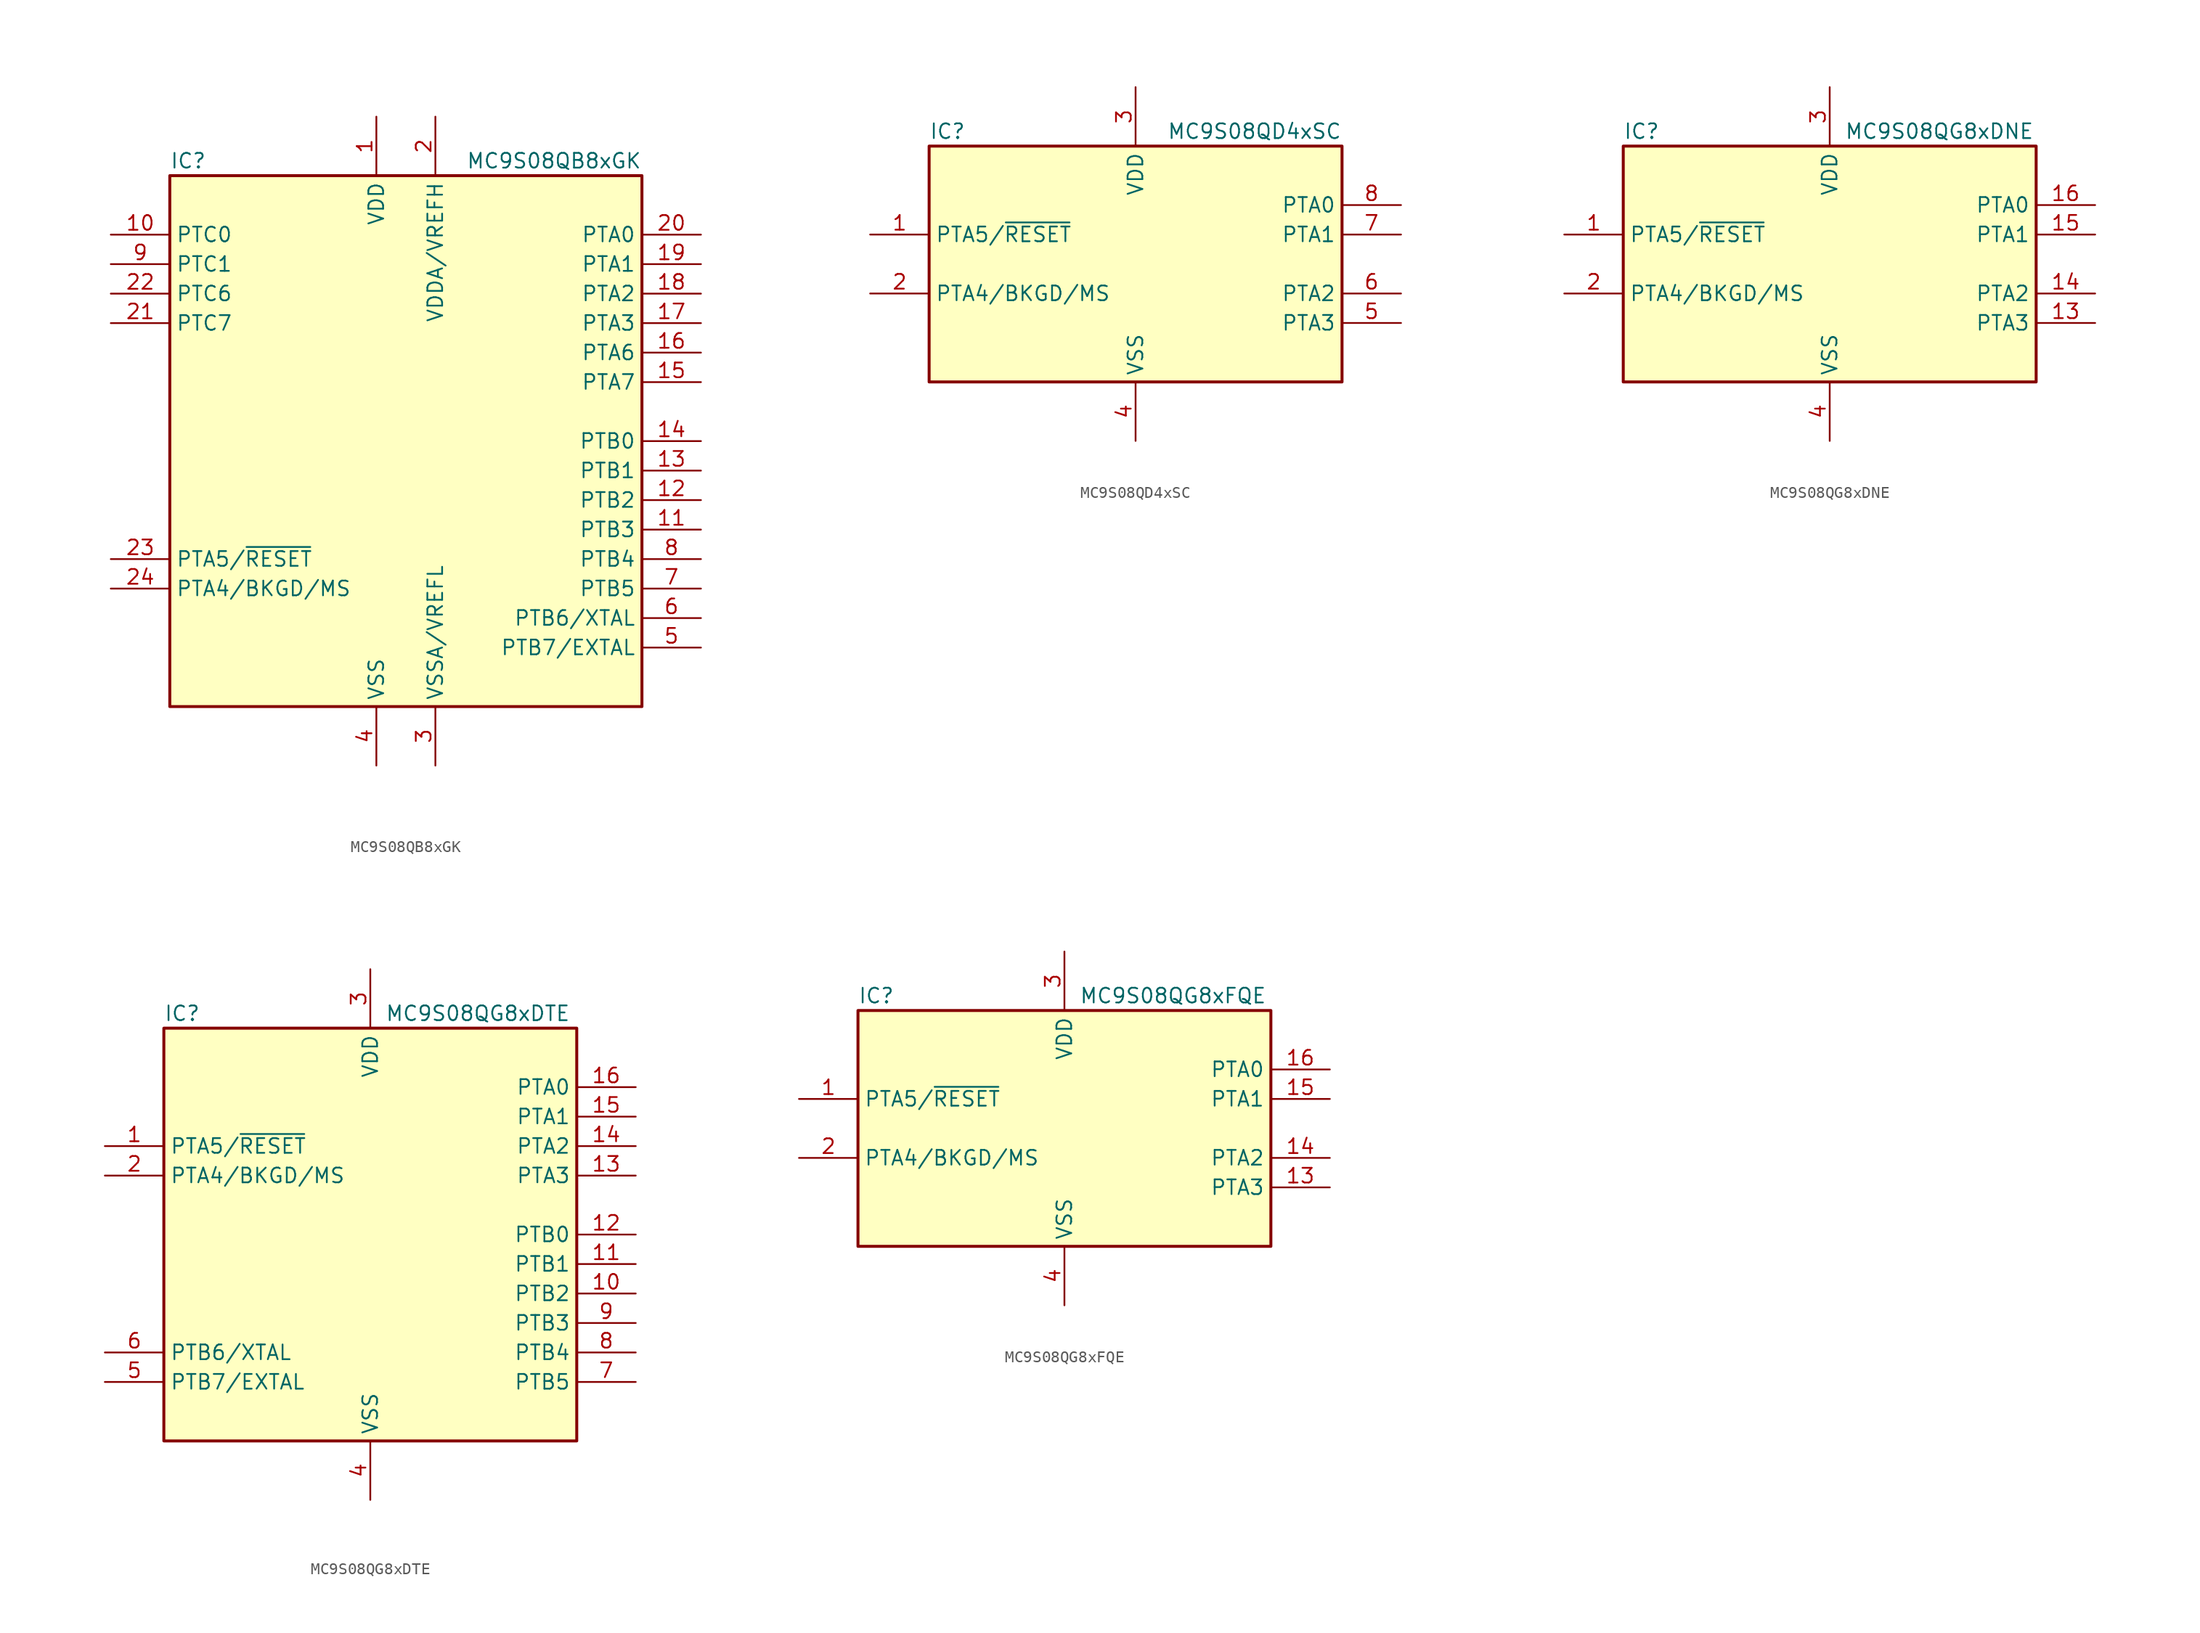
<source format=kicad_sym>
(kicad_symbol_lib
  (version 20231120)
  (generator "kicad_symbol_editor")
  (generator_version "8.0")
  (symbol "MC9S08QB8xGK"
    (property "Reference" "IC"
      (at -20.32 24.13 0)
      (effects (font (size 1.27 1.27)) (justify left)))
    (property "Value" "MC9S08QB8xGK"
      (at 20.32 24.13 0)
      (effects (font (size 1.27 1.27)) (justify right)))
    (symbol "MC9S08QB8xGK_0_1"
      (rectangle (start -20.32 22.86) (end 20.32 -22.86) (stroke (width 0.254) (type default)) (fill (type background))))
    (symbol "MC9S08QB8xGK_1_1"
      (pin power_in line (at -2.54 27.94 270) (length 5.08) (name "VDD" (effects (font (size 1.27 1.27)))) (number "1" (effects (font (size 1.27 1.27)))))
      (pin bidirectional line (at -25.4 17.78 0) (length 5.08) (name "PTC0" (effects (font (size 1.27 1.27)))) (number "10" (effects (font (size 1.27 1.27)))))
      (pin bidirectional line (at 25.4 -7.62 180) (length 5.08) (name "PTB3" (effects (font (size 1.27 1.27)))) (number "11" (effects (font (size 1.27 1.27)))))
      (pin bidirectional line (at 25.4 -5.08 180) (length 5.08) (name "PTB2" (effects (font (size 1.27 1.27)))) (number "12" (effects (font (size 1.27 1.27)))))
      (pin bidirectional line (at 25.4 -2.54 180) (length 5.08) (name "PTB1" (effects (font (size 1.27 1.27)))) (number "13" (effects (font (size 1.27 1.27)))))
      (pin bidirectional line (at 25.4 0 180) (length 5.08) (name "PTB0" (effects (font (size 1.27 1.27)))) (number "14" (effects (font (size 1.27 1.27)))))
      (pin bidirectional line (at 25.4 5.08 180) (length 5.08) (name "PTA7" (effects (font (size 1.27 1.27)))) (number "15" (effects (font (size 1.27 1.27)))))
      (pin bidirectional line (at 25.4 7.62 180) (length 5.08) (name "PTA6" (effects (font (size 1.27 1.27)))) (number "16" (effects (font (size 1.27 1.27)))))
      (pin bidirectional line (at 25.4 10.16 180) (length 5.08) (name "PTA3" (effects (font (size 1.27 1.27)))) (number "17" (effects (font (size 1.27 1.27)))))
      (pin bidirectional line (at 25.4 12.7 180) (length 5.08) (name "PTA2" (effects (font (size 1.27 1.27)))) (number "18" (effects (font (size 1.27 1.27)))))
      (pin bidirectional line (at 25.4 15.24 180) (length 5.08) (name "PTA1" (effects (font (size 1.27 1.27)))) (number "19" (effects (font (size 1.27 1.27)))))
      (pin power_in line (at 2.54 27.94 270) (length 5.08) (name "VDDA/VREFH" (effects (font (size 1.27 1.27)))) (number "2" (effects (font (size 1.27 1.27)))))
      (pin bidirectional line (at 25.4 17.78 180) (length 5.08) (name "PTA0" (effects (font (size 1.27 1.27)))) (number "20" (effects (font (size 1.27 1.27)))))
      (pin bidirectional line (at -25.4 10.16 0) (length 5.08) (name "PTC7" (effects (font (size 1.27 1.27)))) (number "21" (effects (font (size 1.27 1.27)))))
      (pin bidirectional line (at -25.4 12.7 0) (length 5.08) (name "PTC6" (effects (font (size 1.27 1.27)))) (number "22" (effects (font (size 1.27 1.27)))))
      (pin bidirectional line (at -25.4 -10.16 0) (length 5.08) (name "PTA5/~{RESET}" (effects (font (size 1.27 1.27)))) (number "23" (effects (font (size 1.27 1.27)))))
      (pin bidirectional line (at -25.4 -12.7 0) (length 5.08) (name "PTA4/BKGD/MS" (effects (font (size 1.27 1.27)))) (number "24" (effects (font (size 1.27 1.27)))))
      (pin power_in line (at 2.54 -27.94 90) (length 5.08) (name "VSSA/VREFL" (effects (font (size 1.27 1.27)))) (number "3" (effects (font (size 1.27 1.27)))))
      (pin power_in line (at -2.54 -27.94 90) (length 5.08) (name "VSS" (effects (font (size 1.27 1.27)))) (number "4" (effects (font (size 1.27 1.27)))))
      (pin bidirectional line (at 25.4 -17.78 180) (length 5.08) (name "PTB7/EXTAL" (effects (font (size 1.27 1.27)))) (number "5" (effects (font (size 1.27 1.27)))))
      (pin bidirectional line (at 25.4 -15.24 180) (length 5.08) (name "PTB6/XTAL" (effects (font (size 1.27 1.27)))) (number "6" (effects (font (size 1.27 1.27)))))
      (pin bidirectional line (at 25.4 -12.7 180) (length 5.08) (name "PTB5" (effects (font (size 1.27 1.27)))) (number "7" (effects (font (size 1.27 1.27)))))
      (pin bidirectional line (at 25.4 -10.16 180) (length 5.08) (name "PTB4" (effects (font (size 1.27 1.27)))) (number "8" (effects (font (size 1.27 1.27)))))
      (pin bidirectional line (at -25.4 15.24 0) (length 5.08) (name "PTC1" (effects (font (size 1.27 1.27)))) (number "9" (effects (font (size 1.27 1.27)))))))
  (symbol "MC9S08QD4xSC"
    (property "Reference" "IC"
      (at -17.78 11.43 0)
      (effects (font (size 1.27 1.27)) (justify left)))
    (property "Value" "MC9S08QD4xSC"
      (at 17.78 11.43 0)
      (effects (font (size 1.27 1.27)) (justify right)))
    (symbol "MC9S08QD4xSC_0_1"
      (rectangle (start -17.78 10.16) (end 17.78 -10.16) (stroke (width 0.254) (type default)) (fill (type background))))
    (symbol "MC9S08QD4xSC_1_1"
      (pin bidirectional line (at -22.86 2.54 0) (length 5.08) (name "PTA5/~{RESET}" (effects (font (size 1.27 1.27)))) (number "1" (effects (font (size 1.27 1.27)))))
      (pin bidirectional line (at -22.86 -2.54 0) (length 5.08) (name "PTA4/BKGD/MS" (effects (font (size 1.27 1.27)))) (number "2" (effects (font (size 1.27 1.27)))))
      (pin power_in line (at 0 15.24 270) (length 5.08) (name "VDD" (effects (font (size 1.27 1.27)))) (number "3" (effects (font (size 1.27 1.27)))))
      (pin power_in line (at 0 -15.24 90) (length 5.08) (name "VSS" (effects (font (size 1.27 1.27)))) (number "4" (effects (font (size 1.27 1.27)))))
      (pin bidirectional line (at 22.86 -5.08 180) (length 5.08) (name "PTA3" (effects (font (size 1.27 1.27)))) (number "5" (effects (font (size 1.27 1.27)))))
      (pin bidirectional line (at 22.86 -2.54 180) (length 5.08) (name "PTA2" (effects (font (size 1.27 1.27)))) (number "6" (effects (font (size 1.27 1.27)))))
      (pin bidirectional line (at 22.86 2.54 180) (length 5.08) (name "PTA1" (effects (font (size 1.27 1.27)))) (number "7" (effects (font (size 1.27 1.27)))))
      (pin bidirectional line (at 22.86 5.08 180) (length 5.08) (name "PTA0" (effects (font (size 1.27 1.27)))) (number "8" (effects (font (size 1.27 1.27)))))))
  (symbol "MC9S08QG8xDNE"
    (property "Reference" "IC"
      (at -17.78 11.43 0)
      (effects (font (size 1.27 1.27)) (justify left)))
    (property "Value" "MC9S08QG8xDNE"
      (at 1.27 11.43 0)
      (effects (font (size 1.27 1.27)) (justify left)))
    (symbol "MC9S08QG8xDNE_0_1"
      (rectangle (start -17.78 10.16) (end 17.78 -10.16) (stroke (width 0.254) (type default)) (fill (type background))))
    (symbol "MC9S08QG8xDNE_1_1"
      (pin bidirectional line (at -22.86 2.54 0) (length 5.08) (name "PTA5/~{RESET}" (effects (font (size 1.27 1.27)))) (number "1" (effects (font (size 1.27 1.27)))))
      (pin bidirectional line (at 22.86 -5.08 180) (length 5.08) (name "PTA3" (effects (font (size 1.27 1.27)))) (number "13" (effects (font (size 1.27 1.27)))))
      (pin bidirectional line (at 22.86 -2.54 180) (length 5.08) (name "PTA2" (effects (font (size 1.27 1.27)))) (number "14" (effects (font (size 1.27 1.27)))))
      (pin bidirectional line (at 22.86 2.54 180) (length 5.08) (name "PTA1" (effects (font (size 1.27 1.27)))) (number "15" (effects (font (size 1.27 1.27)))))
      (pin bidirectional line (at 22.86 5.08 180) (length 5.08) (name "PTA0" (effects (font (size 1.27 1.27)))) (number "16" (effects (font (size 1.27 1.27)))))
      (pin bidirectional line (at -22.86 -2.54 0) (length 5.08) (name "PTA4/BKGD/MS" (effects (font (size 1.27 1.27)))) (number "2" (effects (font (size 1.27 1.27)))))
      (pin power_in line (at 0 15.24 270) (length 5.08) (name "VDD" (effects (font (size 1.27 1.27)))) (number "3" (effects (font (size 1.27 1.27)))))
      (pin power_in line (at 0 -15.24 90) (length 5.08) (name "VSS" (effects (font (size 1.27 1.27)))) (number "4" (effects (font (size 1.27 1.27)))))))
  (symbol "MC9S08QG8xDTE"
    (property "Reference" "IC"
      (at -17.78 19.05 0)
      (effects (font (size 1.27 1.27)) (justify left)))
    (property "Value" "MC9S08QG8xDTE"
      (at 1.27 19.05 0)
      (effects (font (size 1.27 1.27)) (justify left)))
    (symbol "MC9S08QG8xDTE_0_1"
      (rectangle (start -17.78 17.78) (end 17.78 -17.78) (stroke (width 0.254) (type default)) (fill (type background))))
    (symbol "MC9S08QG8xDTE_1_1"
      (pin bidirectional line (at -22.86 7.62 0) (length 5.08) (name "PTA5/~{RESET}" (effects (font (size 1.27 1.27)))) (number "1" (effects (font (size 1.27 1.27)))))
      (pin bidirectional line (at 22.86 -5.08 180) (length 5.08) (name "PTB2" (effects (font (size 1.27 1.27)))) (number "10" (effects (font (size 1.27 1.27)))))
      (pin bidirectional line (at 22.86 -2.54 180) (length 5.08) (name "PTB1" (effects (font (size 1.27 1.27)))) (number "11" (effects (font (size 1.27 1.27)))))
      (pin bidirectional line (at 22.86 0 180) (length 5.08) (name "PTB0" (effects (font (size 1.27 1.27)))) (number "12" (effects (font (size 1.27 1.27)))))
      (pin bidirectional line (at 22.86 5.08 180) (length 5.08) (name "PTA3" (effects (font (size 1.27 1.27)))) (number "13" (effects (font (size 1.27 1.27)))))
      (pin bidirectional line (at 22.86 7.62 180) (length 5.08) (name "PTA2" (effects (font (size 1.27 1.27)))) (number "14" (effects (font (size 1.27 1.27)))))
      (pin bidirectional line (at 22.86 10.16 180) (length 5.08) (name "PTA1" (effects (font (size 1.27 1.27)))) (number "15" (effects (font (size 1.27 1.27)))))
      (pin bidirectional line (at 22.86 12.7 180) (length 5.08) (name "PTA0" (effects (font (size 1.27 1.27)))) (number "16" (effects (font (size 1.27 1.27)))))
      (pin bidirectional line (at -22.86 5.08 0) (length 5.08) (name "PTA4/BKGD/MS" (effects (font (size 1.27 1.27)))) (number "2" (effects (font (size 1.27 1.27)))))
      (pin power_in line (at 0 22.86 270) (length 5.08) (name "VDD" (effects (font (size 1.27 1.27)))) (number "3" (effects (font (size 1.27 1.27)))))
      (pin power_in line (at 0 -22.86 90) (length 5.08) (name "VSS" (effects (font (size 1.27 1.27)))) (number "4" (effects (font (size 1.27 1.27)))))
      (pin bidirectional line (at -22.86 -12.7 0) (length 5.08) (name "PTB7/EXTAL" (effects (font (size 1.27 1.27)))) (number "5" (effects (font (size 1.27 1.27)))))
      (pin bidirectional line (at -22.86 -10.16 0) (length 5.08) (name "PTB6/XTAL" (effects (font (size 1.27 1.27)))) (number "6" (effects (font (size 1.27 1.27)))))
      (pin bidirectional line (at 22.86 -12.7 180) (length 5.08) (name "PTB5" (effects (font (size 1.27 1.27)))) (number "7" (effects (font (size 1.27 1.27)))))
      (pin bidirectional line (at 22.86 -10.16 180) (length 5.08) (name "PTB4" (effects (font (size 1.27 1.27)))) (number "8" (effects (font (size 1.27 1.27)))))
      (pin bidirectional line (at 22.86 -7.62 180) (length 5.08) (name "PTB3" (effects (font (size 1.27 1.27)))) (number "9" (effects (font (size 1.27 1.27)))))))
  (symbol "MC9S08QG8xFQE"
    (property "Reference" "IC"
      (at -17.78 11.43 0)
      (effects (font (size 1.27 1.27)) (justify left)))
    (property "Value" "MC9S08QG8xFQE"
      (at 1.27 11.43 0)
      (effects (font (size 1.27 1.27)) (justify left)))
    (symbol "MC9S08QG8xFQE_0_1"
      (rectangle (start -17.78 10.16) (end 17.78 -10.16) (stroke (width 0.254) (type default)) (fill (type background))))
    (symbol "MC9S08QG8xFQE_1_1"
      (pin bidirectional line (at -22.86 2.54 0) (length 5.08) (name "PTA5/~{RESET}" (effects (font (size 1.27 1.27)))) (number "1" (effects (font (size 1.27 1.27)))))
      (pin bidirectional line (at 22.86 -5.08 180) (length 5.08) (name "PTA3" (effects (font (size 1.27 1.27)))) (number "13" (effects (font (size 1.27 1.27)))))
      (pin bidirectional line (at 22.86 -2.54 180) (length 5.08) (name "PTA2" (effects (font (size 1.27 1.27)))) (number "14" (effects (font (size 1.27 1.27)))))
      (pin bidirectional line (at 22.86 2.54 180) (length 5.08) (name "PTA1" (effects (font (size 1.27 1.27)))) (number "15" (effects (font (size 1.27 1.27)))))
      (pin bidirectional line (at 22.86 5.08 180) (length 5.08) (name "PTA0" (effects (font (size 1.27 1.27)))) (number "16" (effects (font (size 1.27 1.27)))))
      (pin bidirectional line (at -22.86 -2.54 0) (length 5.08) (name "PTA4/BKGD/MS" (effects (font (size 1.27 1.27)))) (number "2" (effects (font (size 1.27 1.27)))))
      (pin power_in line (at 0 15.24 270) (length 5.08) (name "VDD" (effects (font (size 1.27 1.27)))) (number "3" (effects (font (size 1.27 1.27)))))
      (pin power_in line (at 0 -15.24 90) (length 5.08) (name "VSS" (effects (font (size 1.27 1.27)))) (number "4" (effects (font (size 1.27 1.27))))))))
</source>
